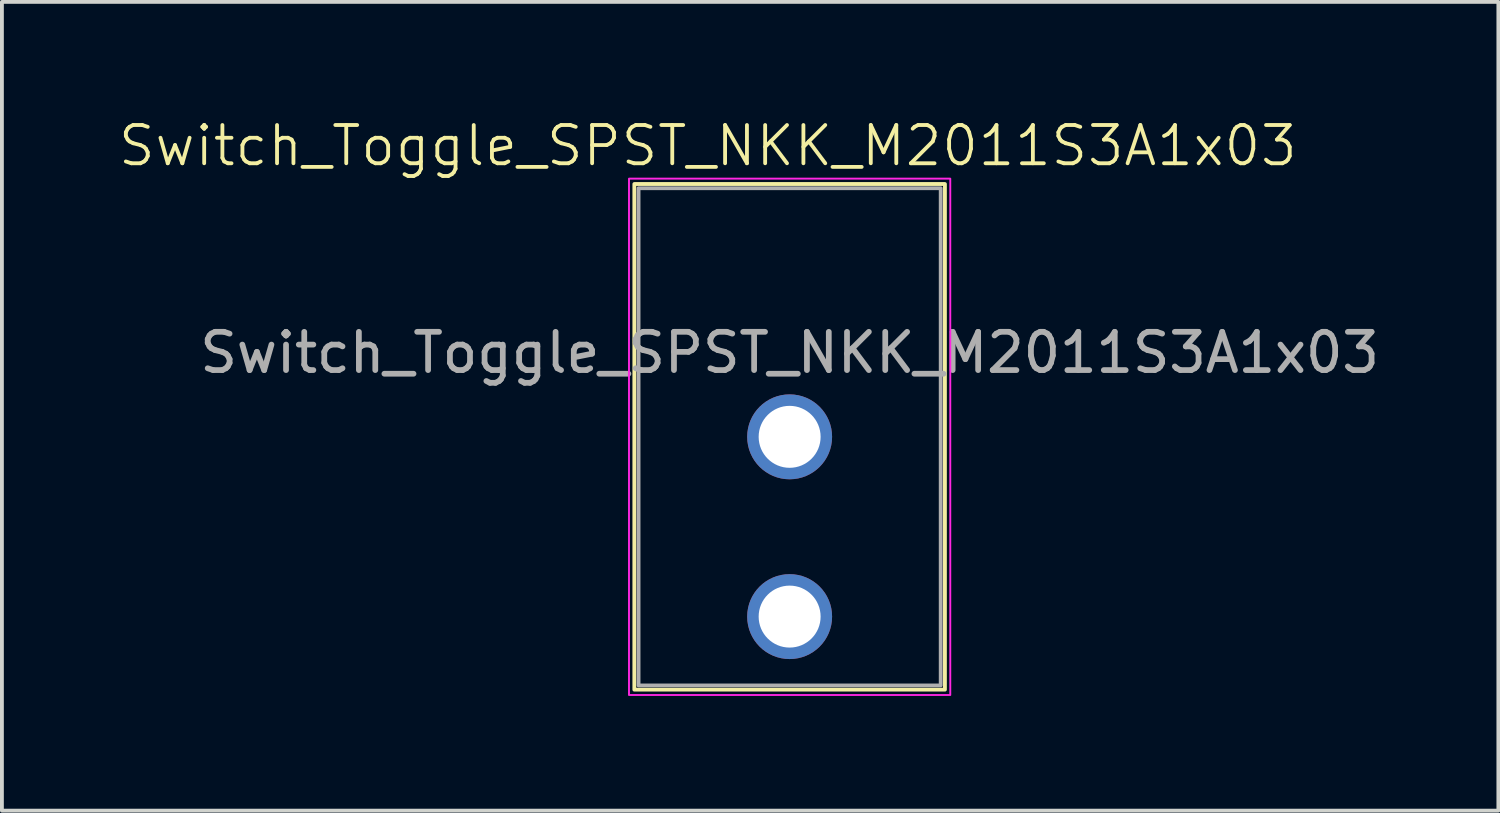
<source format=kicad_pcb>
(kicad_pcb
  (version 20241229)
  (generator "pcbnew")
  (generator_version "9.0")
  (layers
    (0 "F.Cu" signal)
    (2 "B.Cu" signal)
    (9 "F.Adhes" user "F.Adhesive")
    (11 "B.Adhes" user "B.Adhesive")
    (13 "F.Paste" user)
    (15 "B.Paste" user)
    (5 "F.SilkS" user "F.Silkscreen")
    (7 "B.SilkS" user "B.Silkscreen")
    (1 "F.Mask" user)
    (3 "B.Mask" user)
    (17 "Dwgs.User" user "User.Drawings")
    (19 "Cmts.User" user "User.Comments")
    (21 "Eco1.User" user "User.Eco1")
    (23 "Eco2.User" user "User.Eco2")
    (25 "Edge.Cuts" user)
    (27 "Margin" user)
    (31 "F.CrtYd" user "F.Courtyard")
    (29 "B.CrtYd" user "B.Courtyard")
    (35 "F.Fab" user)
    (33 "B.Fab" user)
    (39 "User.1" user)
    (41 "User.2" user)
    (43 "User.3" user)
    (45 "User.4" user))
  (footprint "Switch_Toggle_SPST_NKK_M2011S3A1x03"
    (layer "F.Cu")
    (at 17.595 3.671)
    (property "Reference" "Switch_Toggle_SPST_NKK_M2011S3A1x03" (at -2.14 -2.91 0) (unlocked yes) (layer "F.SilkS") (effects (font (size 1 1) (thickness 0.1))))
    (attr through_hole)
    (fp_rect (start -4.06 -1.91) (end 4.06 11.31) (stroke (width 0.1) (type default)) (fill no) (layer "F.SilkS"))
    (fp_rect (start -4.2 -2.05) (end 4.2 11.45) (stroke (width 0.05) (type default)) (fill no) (layer "F.CrtYd"))
    (fp_rect (start -3.95 -1.8) (end 3.95 11.2) (stroke (width 0.1) (type default)) (fill no) (layer "F.Fab"))
    (fp_text user "${REFERENCE}" (at 0 2.5 0) (unlocked yes) (layer "F.Fab") (effects (font (size 1 1) (thickness 0.15))))
    (pad "2" thru_hole circle (at 0 4.7) (size 2.22 2.22) (drill 1.62) (layers "*.Cu" "*.Mask"))
    (pad "3" thru_hole circle (at 0 9.4) (size 2.22 2.22) (drill 1.62) (layers "*.Cu" "*.Mask")))
  (gr_rect
    (start -3 -3)
    (end 36.125 18.145)
    (stroke (width 0.1) (type default))
    (fill no)
    (layer "Edge.Cuts")))
</source>
